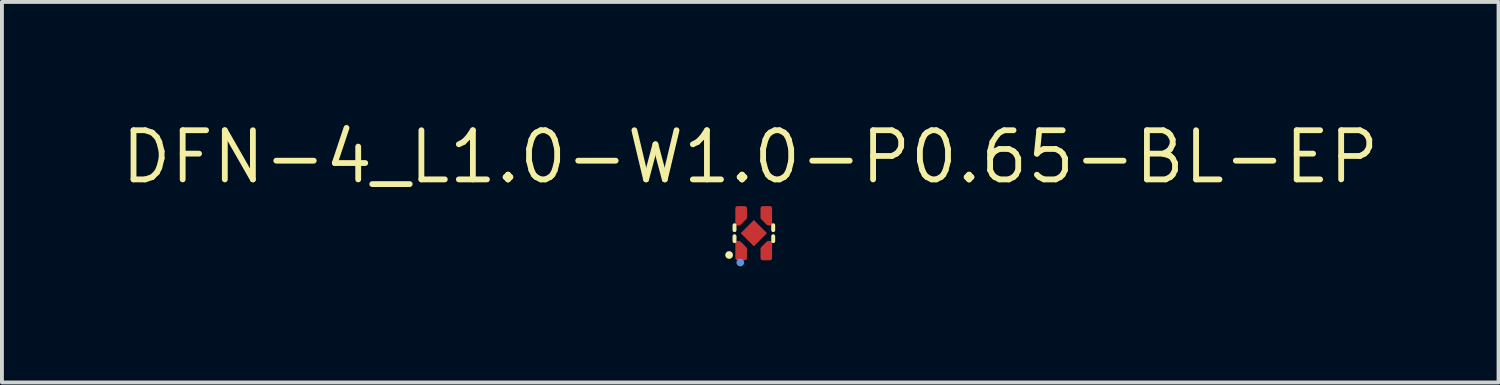
<source format=kicad_pcb>
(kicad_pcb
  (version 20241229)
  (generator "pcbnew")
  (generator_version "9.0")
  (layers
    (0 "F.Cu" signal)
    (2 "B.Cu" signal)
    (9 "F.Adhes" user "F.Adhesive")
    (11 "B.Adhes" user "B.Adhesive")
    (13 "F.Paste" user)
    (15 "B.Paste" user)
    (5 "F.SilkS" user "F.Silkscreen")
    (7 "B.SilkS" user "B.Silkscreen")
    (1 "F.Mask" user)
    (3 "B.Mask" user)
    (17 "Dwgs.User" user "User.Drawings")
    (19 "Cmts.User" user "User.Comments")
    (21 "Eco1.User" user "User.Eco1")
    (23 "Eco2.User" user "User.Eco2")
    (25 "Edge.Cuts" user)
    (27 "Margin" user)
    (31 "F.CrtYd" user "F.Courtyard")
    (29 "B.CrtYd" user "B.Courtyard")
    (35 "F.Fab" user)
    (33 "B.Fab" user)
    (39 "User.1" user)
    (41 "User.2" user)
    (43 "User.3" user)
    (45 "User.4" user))
  (footprint "DFN-4_L1.0-W1.0-P0.65-BL-EP"
    (layer "F.Cu")
    (at 16.426 2.976)
    (property "Reference" "DFN-4_L1.0-W1.0-P0.65-BL-EP" (at -0.09 -1.97 0) (layer "F.SilkS") (effects (font (size 1.27 1.27) (thickness 0.15))))
    (attr smd)
    (fp_line (start -0.496 -0.206) (end -0.496 -0.079) (stroke (width 0.102) (type solid)) (layer "F.SilkS"))
    (fp_line (start -0.496 0.078) (end -0.496 0.205) (stroke (width 0.102) (type solid)) (layer "F.SilkS"))
    (fp_line (start 0.504 -0.206) (end 0.504 -0.079) (stroke (width 0.102) (type solid)) (layer "F.SilkS"))
    (fp_line (start 0.504 0.078) (end 0.504 0.205) (stroke (width 0.102) (type solid)) (layer "F.SilkS"))
    (fp_circle (center -0.635 0.563) (end -0.585 0.563) (stroke (width 0.1) (type solid)) (fill no) (layer "F.SilkS"))
    (fp_circle (center -0.346 0.757) (end -0.296 0.757) (stroke (width 0.1) (type solid)) (fill no) (layer "Cmts.User"))
    (fp_text user "" (at 0 0 0) (layer "Cmts.User") (effects (font (size 1 1) (thickness 0.15))))
    (pad "1" smd custom (at -0.325 0.475 180) (size 0.2 0.45) (layers "F.Cu" "F.Mask" "F.Paste") (options (anchor circle)) (primitives (gr_poly (pts (xy 0.1 0.225) (xy 0.05 0.225) (xy -0.1 0.075) (xy -0.1 -0.175) (xy 0.1 -0.175)) (width 0.1) (fill yes))))
    (pad "2" smd custom (at 0.325 0.474 180) (size 0.2 0.4) (layers "F.Cu" "F.Mask" "F.Paste") (options (anchor circle)) (primitives (gr_poly (pts (xy 0.1 0.075) (xy -0.05 0.225) (xy -0.1 0.225) (xy -0.1 -0.175) (xy 0.1 -0.175)) (width 0.1) (fill yes))))
    (pad "3" smd custom (at 0.325 -0.475) (size 0.2 0.4) (layers "F.Cu" "F.Mask" "F.Paste") (options (anchor circle)) (primitives (gr_poly (pts (xy 0.1 0.225) (xy 0.05 0.225) (xy -0.1 0.075) (xy -0.1 -0.175) (xy 0.1 -0.175)) (width 0.1) (fill yes))))
    (pad "4" smd custom (at -0.325 -0.475) (size 0.2 0.4) (layers "F.Cu" "F.Mask" "F.Paste") (options (anchor circle)) (primitives (gr_poly (pts (xy 0.1 0.075) (xy -0.05 0.225) (xy -0.1 0.225) (xy -0.1 -0.175) (xy 0.1 -0.175)) (width 0.1) (fill yes))))
    (pad "5" smd rect (at 0.004 -0.001 45) (size 0.48 0.48) (layers "F.Cu" "F.Mask" "F.Paste")))
  (gr_rect
    (start -3 -3)
    (end 35.672 6.833)
    (stroke (width 0.1) (type default))
    (fill no)
    (layer "Edge.Cuts")))
</source>
